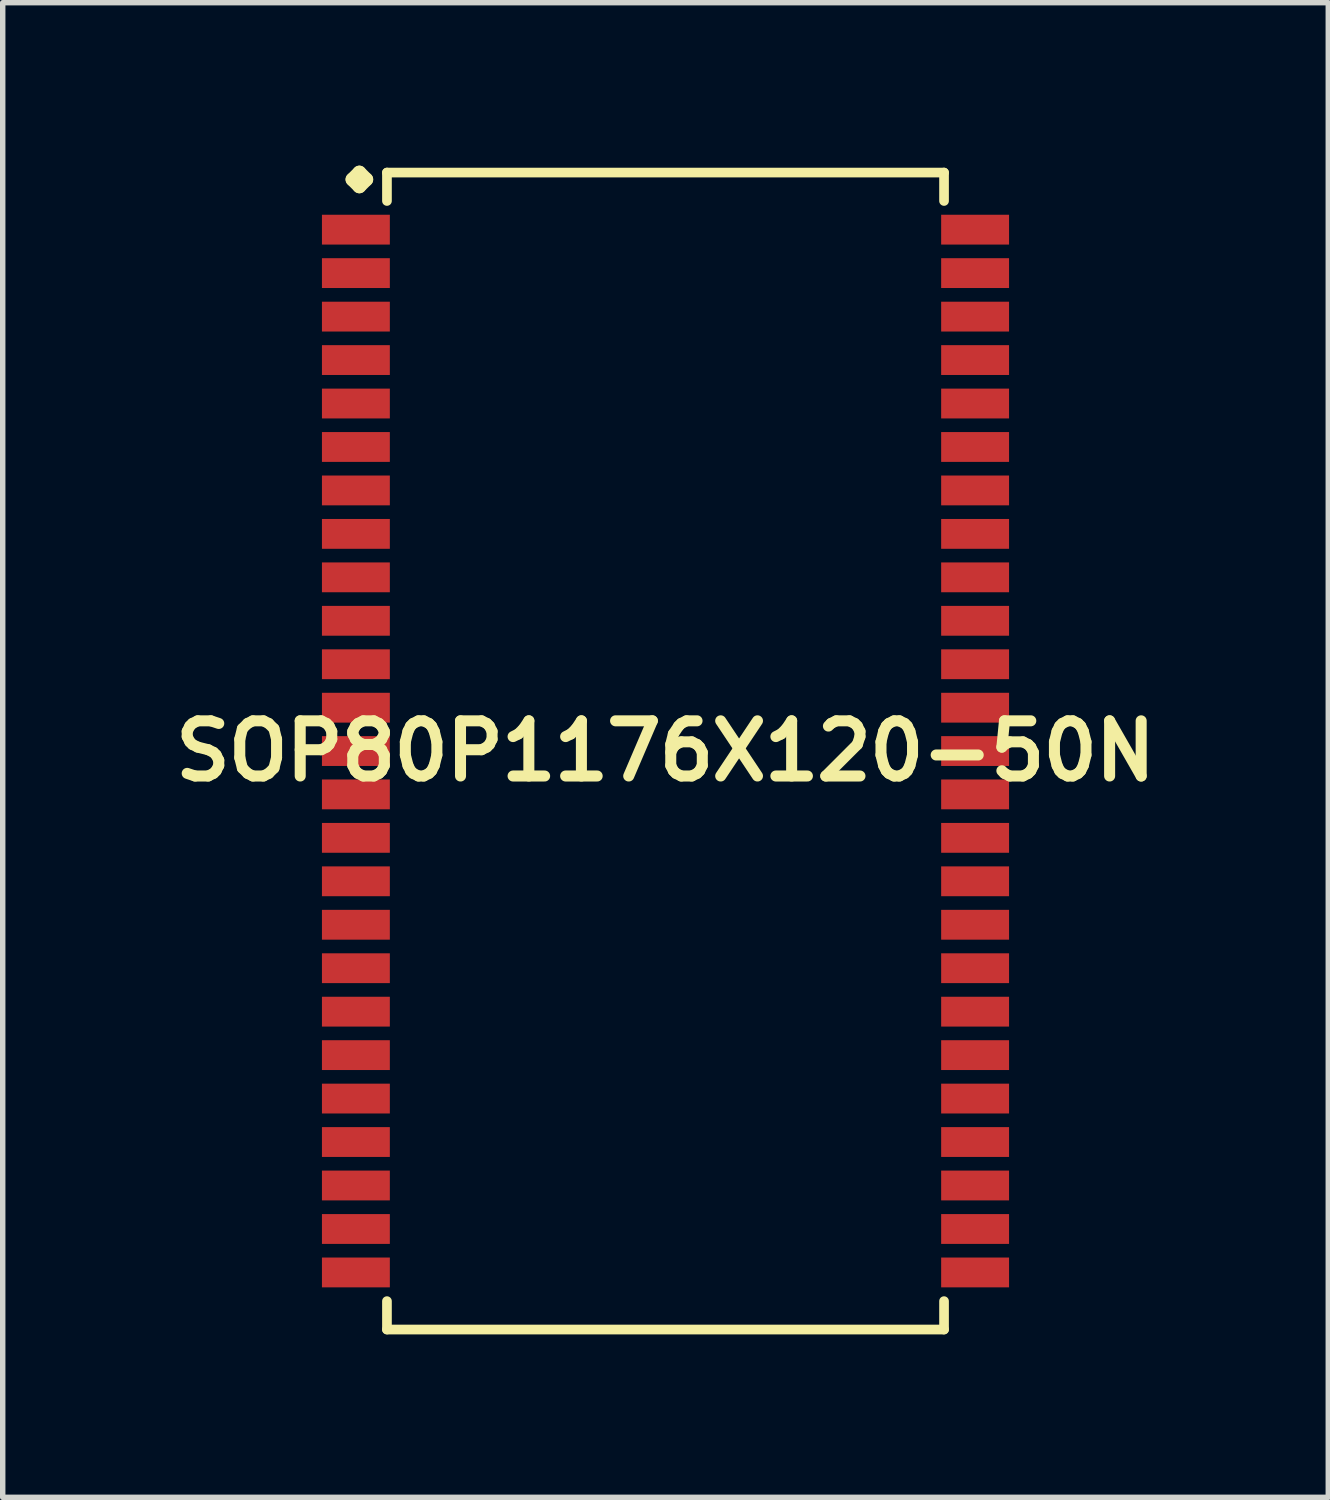
<source format=kicad_pcb>
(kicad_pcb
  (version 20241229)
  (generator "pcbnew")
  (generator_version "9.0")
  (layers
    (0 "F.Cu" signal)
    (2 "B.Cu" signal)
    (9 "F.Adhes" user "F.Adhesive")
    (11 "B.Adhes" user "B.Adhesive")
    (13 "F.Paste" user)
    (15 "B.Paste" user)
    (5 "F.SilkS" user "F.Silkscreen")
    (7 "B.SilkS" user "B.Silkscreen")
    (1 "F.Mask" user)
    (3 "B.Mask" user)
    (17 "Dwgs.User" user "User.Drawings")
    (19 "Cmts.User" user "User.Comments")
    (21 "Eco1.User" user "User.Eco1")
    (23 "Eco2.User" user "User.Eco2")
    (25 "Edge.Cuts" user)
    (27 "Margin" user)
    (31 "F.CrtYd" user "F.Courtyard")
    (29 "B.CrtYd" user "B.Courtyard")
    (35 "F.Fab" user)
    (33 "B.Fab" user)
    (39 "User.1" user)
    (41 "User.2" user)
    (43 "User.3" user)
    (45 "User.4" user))
  (footprint "SOP80P1176X120-50N"
    (layer "F.Cu")
    (at 9.202 10.777)
    (property "Reference" "SOP80P1176X120-50N" (at 0 0 0) (layer "F.SilkS") (effects (font (size 1.016 1.016) (thickness 0.203))))
    (attr smd)
    (fp_line (start -5.763 -10.523) (end -5.636 -10.65) (stroke (width 0.254) (type solid)) (layer "F.SilkS"))
    (fp_line (start -5.636 -10.65) (end -5.509 -10.523) (stroke (width 0.254) (type solid)) (layer "F.SilkS"))
    (fp_line (start -5.636 -10.396) (end -5.763 -10.523) (stroke (width 0.254) (type solid)) (layer "F.SilkS"))
    (fp_line (start -5.509 -10.523) (end -5.636 -10.396) (stroke (width 0.254) (type solid)) (layer "F.SilkS"))
    (fp_line (start -5.128 -10.65) (end 5.128 -10.65) (stroke (width 0.178) (type solid)) (layer "F.SilkS"))
    (fp_line (start -5.128 -10.127) (end -5.128 -10.65) (stroke (width 0.178) (type solid)) (layer "F.SilkS"))
    (fp_line (start -5.128 10.127) (end -5.128 10.65) (stroke (width 0.178) (type solid)) (layer "F.SilkS"))
    (fp_line (start -5.128 10.65) (end 5.128 10.65) (stroke (width 0.178) (type solid)) (layer "F.SilkS"))
    (fp_line (start 5.128 -10.65) (end 5.128 -10.127) (stroke (width 0.178) (type solid)) (layer "F.SilkS"))
    (fp_line (start 5.128 10.65) (end 5.128 10.127) (stroke (width 0.178) (type solid)) (layer "F.SilkS"))
    (pad "1" smd rect (at -5.7 -9.599) (size 1.25 0.549) (layers "F.Cu" "F.Mask" "F.Paste"))
    (pad "2" smd rect (at -5.7 -8.799) (size 1.25 0.549) (layers "F.Cu" "F.Mask" "F.Paste"))
    (pad "3" smd rect (at -5.7 -7.998) (size 1.25 0.549) (layers "F.Cu" "F.Mask" "F.Paste"))
    (pad "4" smd rect (at -5.7 -7.198) (size 1.25 0.549) (layers "F.Cu" "F.Mask" "F.Paste"))
    (pad "5" smd rect (at -5.7 -6.398) (size 1.25 0.549) (layers "F.Cu" "F.Mask" "F.Paste"))
    (pad "6" smd rect (at -5.7 -5.598) (size 1.25 0.549) (layers "F.Cu" "F.Mask" "F.Paste"))
    (pad "7" smd rect (at -5.7 -4.798) (size 1.25 0.549) (layers "F.Cu" "F.Mask" "F.Paste"))
    (pad "8" smd rect (at -5.7 -3.998) (size 1.25 0.549) (layers "F.Cu" "F.Mask" "F.Paste"))
    (pad "9" smd rect (at -5.7 -3.198) (size 1.25 0.549) (layers "F.Cu" "F.Mask" "F.Paste"))
    (pad "10" smd rect (at -5.7 -2.398) (size 1.25 0.549) (layers "F.Cu" "F.Mask" "F.Paste"))
    (pad "11" smd rect (at -5.7 -1.598) (size 1.25 0.549) (layers "F.Cu" "F.Mask" "F.Paste"))
    (pad "12" smd rect (at -5.7 -0.798) (size 1.25 0.549) (layers "F.Cu" "F.Mask" "F.Paste"))
    (pad "13" smd rect (at -5.7 0) (size 1.25 0.549) (layers "F.Cu" "F.Mask" "F.Paste"))
    (pad "14" smd rect (at -5.7 0.798) (size 1.25 0.549) (layers "F.Cu" "F.Mask" "F.Paste"))
    (pad "15" smd rect (at -5.7 1.598) (size 1.25 0.549) (layers "F.Cu" "F.Mask" "F.Paste"))
    (pad "16" smd rect (at -5.7 2.398) (size 1.25 0.549) (layers "F.Cu" "F.Mask" "F.Paste"))
    (pad "17" smd rect (at -5.7 3.198) (size 1.25 0.549) (layers "F.Cu" "F.Mask" "F.Paste"))
    (pad "18" smd rect (at -5.7 3.998) (size 1.25 0.549) (layers "F.Cu" "F.Mask" "F.Paste"))
    (pad "19" smd rect (at -5.7 4.798) (size 1.25 0.549) (layers "F.Cu" "F.Mask" "F.Paste"))
    (pad "20" smd rect (at -5.7 5.598) (size 1.25 0.549) (layers "F.Cu" "F.Mask" "F.Paste"))
    (pad "21" smd rect (at -5.7 6.398) (size 1.25 0.549) (layers "F.Cu" "F.Mask" "F.Paste"))
    (pad "22" smd rect (at -5.7 7.198) (size 1.25 0.549) (layers "F.Cu" "F.Mask" "F.Paste"))
    (pad "23" smd rect (at -5.7 7.998) (size 1.25 0.549) (layers "F.Cu" "F.Mask" "F.Paste"))
    (pad "24" smd rect (at -5.7 8.799) (size 1.25 0.549) (layers "F.Cu" "F.Mask" "F.Paste"))
    (pad "25" smd rect (at -5.7 9.599) (size 1.25 0.549) (layers "F.Cu" "F.Mask" "F.Paste"))
    (pad "26" smd rect (at 5.7 9.599) (size 1.25 0.549) (layers "F.Cu" "F.Mask" "F.Paste"))
    (pad "27" smd rect (at 5.7 8.799) (size 1.25 0.549) (layers "F.Cu" "F.Mask" "F.Paste"))
    (pad "28" smd rect (at 5.7 7.998) (size 1.25 0.549) (layers "F.Cu" "F.Mask" "F.Paste"))
    (pad "29" smd rect (at 5.7 7.198) (size 1.25 0.549) (layers "F.Cu" "F.Mask" "F.Paste"))
    (pad "30" smd rect (at 5.7 6.398) (size 1.25 0.549) (layers "F.Cu" "F.Mask" "F.Paste"))
    (pad "31" smd rect (at 5.7 5.598) (size 1.25 0.549) (layers "F.Cu" "F.Mask" "F.Paste"))
    (pad "32" smd rect (at 5.7 4.798) (size 1.25 0.549) (layers "F.Cu" "F.Mask" "F.Paste"))
    (pad "33" smd rect (at 5.7 3.998) (size 1.25 0.549) (layers "F.Cu" "F.Mask" "F.Paste"))
    (pad "34" smd rect (at 5.7 3.198) (size 1.25 0.549) (layers "F.Cu" "F.Mask" "F.Paste"))
    (pad "35" smd rect (at 5.7 2.398) (size 1.25 0.549) (layers "F.Cu" "F.Mask" "F.Paste"))
    (pad "36" smd rect (at 5.7 1.598) (size 1.25 0.549) (layers "F.Cu" "F.Mask" "F.Paste"))
    (pad "37" smd rect (at 5.7 0.798) (size 1.25 0.549) (layers "F.Cu" "F.Mask" "F.Paste"))
    (pad "38" smd rect (at 5.7 0) (size 1.25 0.549) (layers "F.Cu" "F.Mask" "F.Paste"))
    (pad "39" smd rect (at 5.7 -0.798) (size 1.25 0.549) (layers "F.Cu" "F.Mask" "F.Paste"))
    (pad "40" smd rect (at 5.7 -1.598) (size 1.25 0.549) (layers "F.Cu" "F.Mask" "F.Paste"))
    (pad "41" smd rect (at 5.7 -2.398) (size 1.25 0.549) (layers "F.Cu" "F.Mask" "F.Paste"))
    (pad "42" smd rect (at 5.7 -3.198) (size 1.25 0.549) (layers "F.Cu" "F.Mask" "F.Paste"))
    (pad "43" smd rect (at 5.7 -3.998) (size 1.25 0.549) (layers "F.Cu" "F.Mask" "F.Paste"))
    (pad "44" smd rect (at 5.7 -4.798) (size 1.25 0.549) (layers "F.Cu" "F.Mask" "F.Paste"))
    (pad "45" smd rect (at 5.7 -5.598) (size 1.25 0.549) (layers "F.Cu" "F.Mask" "F.Paste"))
    (pad "46" smd rect (at 5.7 -6.398) (size 1.25 0.549) (layers "F.Cu" "F.Mask" "F.Paste"))
    (pad "47" smd rect (at 5.7 -7.198) (size 1.25 0.549) (layers "F.Cu" "F.Mask" "F.Paste"))
    (pad "48" smd rect (at 5.7 -7.998) (size 1.25 0.549) (layers "F.Cu" "F.Mask" "F.Paste"))
    (pad "49" smd rect (at 5.7 -8.799) (size 1.25 0.549) (layers "F.Cu" "F.Mask" "F.Paste"))
    (pad "50" smd rect (at 5.7 -9.599) (size 1.25 0.549) (layers "F.Cu" "F.Mask" "F.Paste")))
  (gr_rect
    (start -3 -3)
    (end 21.404 24.516)
    (stroke (width 0.1) (type default))
    (fill no)
    (layer "Edge.Cuts")))
</source>
